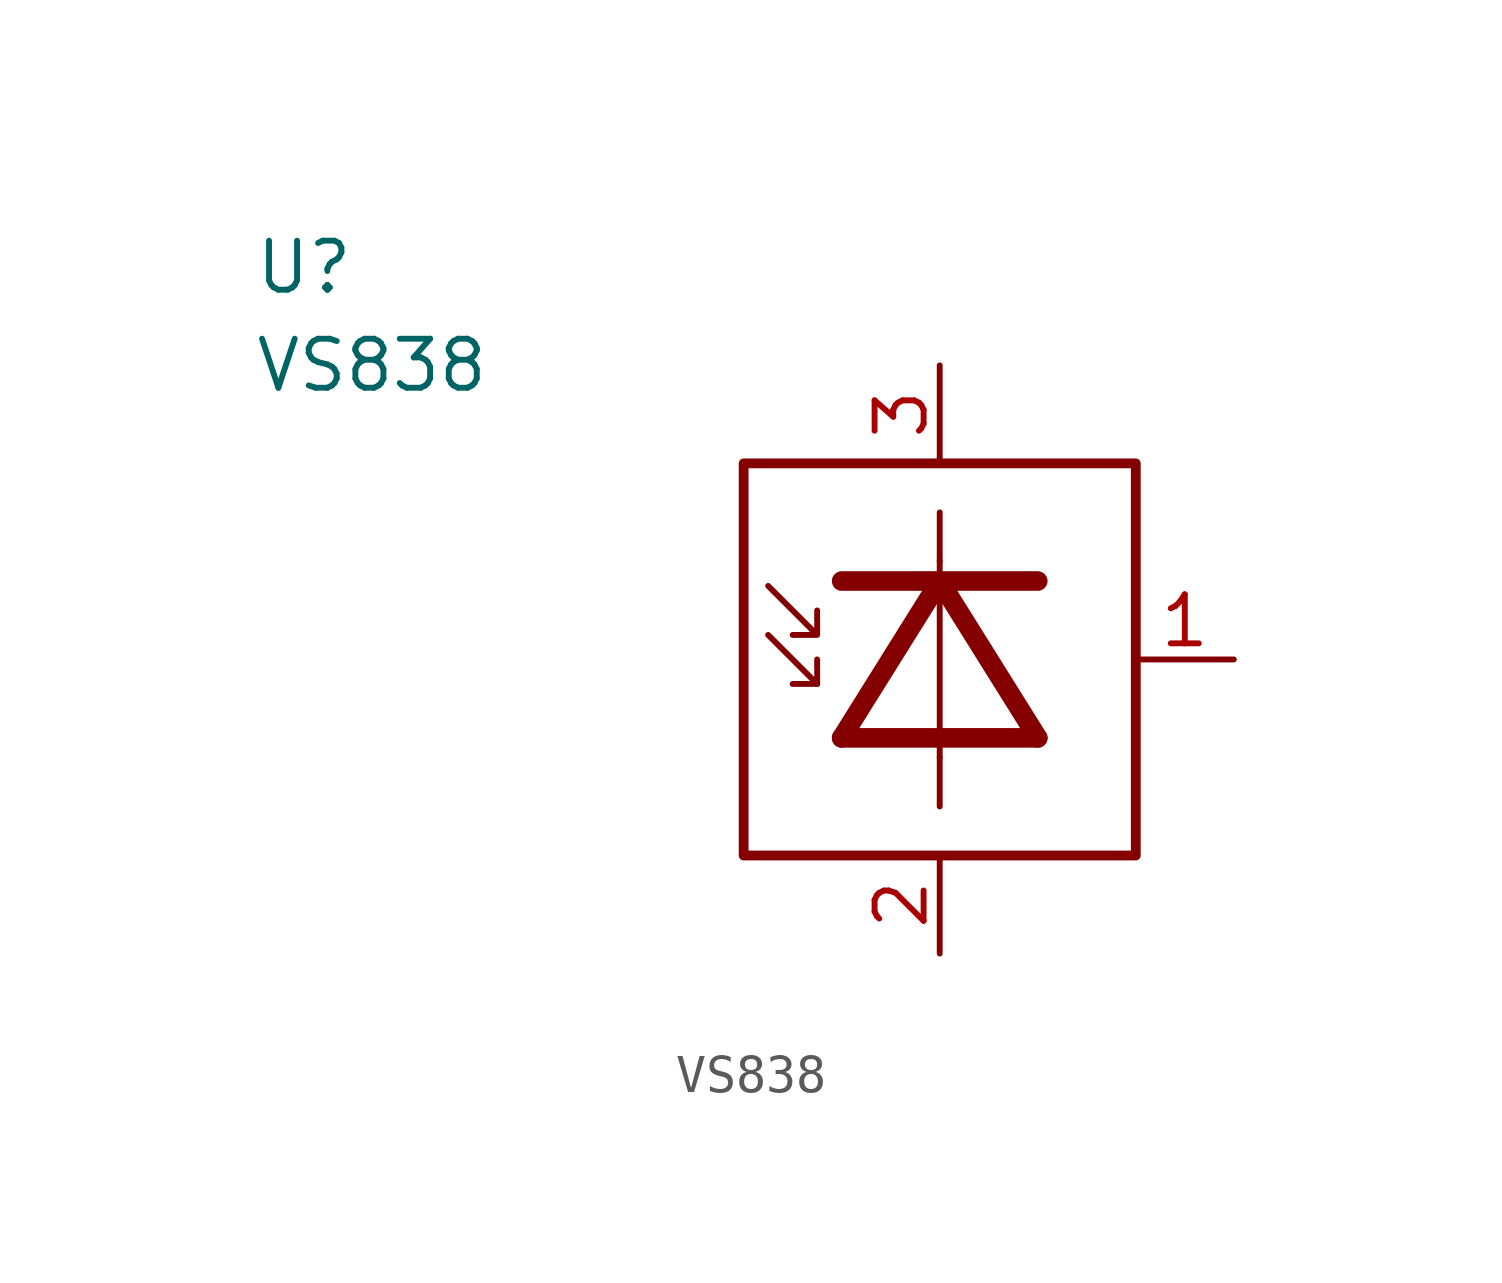
<source format=kicad_sym>
(kicad_symbol_lib
  (version 20211014)
  (generator kicad_symbol_editor)
  (symbol "VS838"
    (pin_names
      (offset 1.016) hide)
    (property "Reference" "U"
      (at -17.78 10.16 0)
      (effects (font (size 1.27 1.27)) (justify left)))
    (property "Value" "VS838"
      (at -17.78 7.62 0)
      (effects (font (size 1.27 1.27)) (justify left)))
    (symbol "VS838_0_1"
      (rectangle (start -5.08 5.08) (end 5.08 -5.08) (stroke (width 0.254) (type default) (color 0 0 0 0)) (fill (type none)))
      (polyline (pts (xy -3.175 -0.635) (xy -3.81 -0.635)) (stroke (width 0) (type default) (color 0 0 0 0)) (fill (type none)))
      (polyline (pts (xy -4.445 0.635) (xy -3.175 -0.635) (xy -3.175 0)) (stroke (width 0) (type default) (color 0 0 0 0)) (fill (type none)))
      (polyline (pts (xy -4.445 1.905) (xy -3.175 0.635) (xy -3.175 1.27) (xy -3.175 0.635) (xy -3.81 0.635)) (stroke (width 0) (type default) (color 0 0 0 0)) (fill (type none))))
    (symbol "VS838_1_1"
      (polyline (pts (xy 0 -2.54) (xy 0 -3.81)) (stroke (width 0) (type default) (color 0 0 0 0)) (fill (type none)))
      (polyline (pts (xy 0 2.54) (xy 0 -2.54)) (stroke (width 0) (type default) (color 0 0 0 0)) (fill (type none)))
      (polyline (pts (xy 0 3.81) (xy 0 2.54)) (stroke (width 0) (type default) (color 0 0 0 0)) (fill (type none)))
      (polyline (pts (xy 2.54 -2.032) (xy -2.54 -2.032)) (stroke (width 0.508) (type default) (color 0 0 0 0)) (fill (type none)))
      (polyline (pts (xy 2.54 2.032) (xy -2.54 2.032)) (stroke (width 0.508) (type default) (color 0 0 0 0)) (fill (type none)))
      (polyline (pts (xy 2.54 -2.032) (xy 0 2.032) (xy -2.54 -2.032)) (stroke (width 0.508) (type default) (color 0 0 0 0)) (fill (type none)))
      (pin output line (at 7.62 0 180) (length 2.54) (name "1" (effects (font (size 1.27 1.27)))) (number "1" (effects (font (size 1.27 1.27)))))
      (pin power_in line (at 0 -7.62 90) (length 2.54) (name "2" (effects (font (size 1.27 1.27)))) (number "2" (effects (font (size 1.27 1.27)))))
      (pin power_in line (at 0 7.62 270) (length 2.54) (name "3" (effects (font (size 1.27 1.27)))) (number "3" (effects (font (size 1.27 1.27))))))))
</source>
